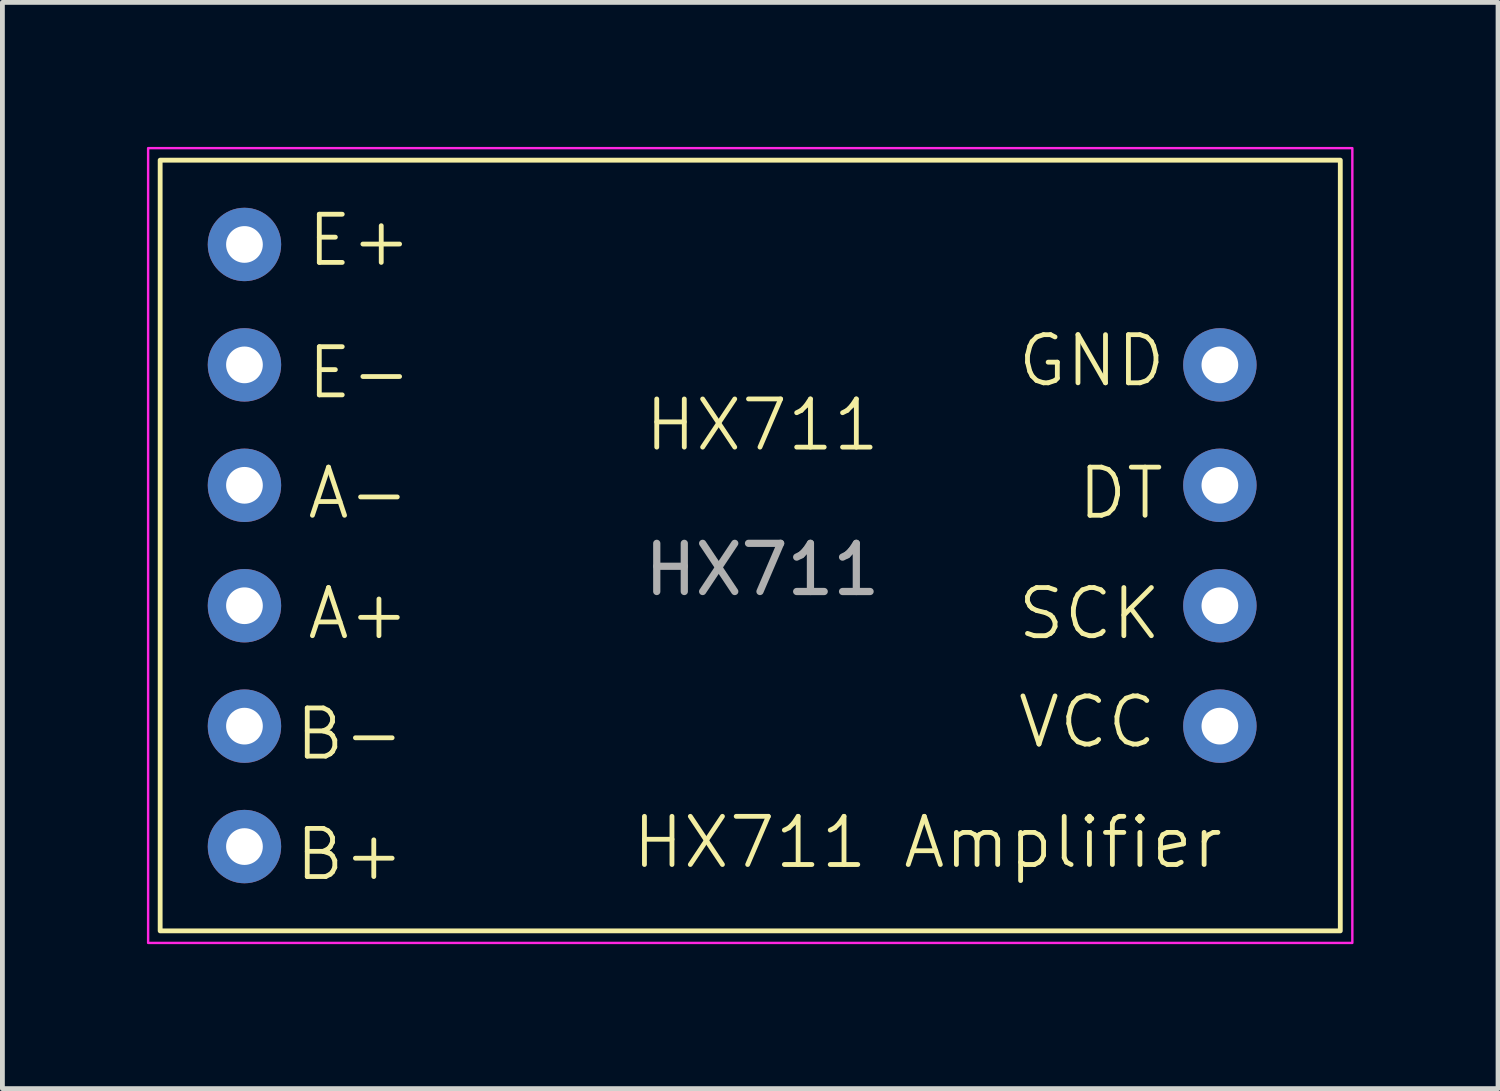
<source format=kicad_pcb>
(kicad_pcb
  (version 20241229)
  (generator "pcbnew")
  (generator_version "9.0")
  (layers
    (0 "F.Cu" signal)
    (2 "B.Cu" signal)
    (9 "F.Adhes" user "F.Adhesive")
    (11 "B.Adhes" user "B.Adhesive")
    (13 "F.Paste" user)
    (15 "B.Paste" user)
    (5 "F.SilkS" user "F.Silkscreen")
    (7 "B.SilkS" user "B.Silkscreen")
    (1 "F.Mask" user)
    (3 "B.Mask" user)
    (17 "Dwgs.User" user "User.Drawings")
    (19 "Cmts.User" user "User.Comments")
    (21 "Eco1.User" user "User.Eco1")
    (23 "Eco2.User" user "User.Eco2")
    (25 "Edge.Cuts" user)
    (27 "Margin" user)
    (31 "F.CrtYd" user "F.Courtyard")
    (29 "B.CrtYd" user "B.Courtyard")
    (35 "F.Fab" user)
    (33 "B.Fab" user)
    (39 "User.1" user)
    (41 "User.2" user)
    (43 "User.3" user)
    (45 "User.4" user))
  (footprint "HX711"
    (layer "F.Cu")
    (at 12.775 6.275)
    (property "Reference" "HX711" (at 0 -0.5 0) (unlocked yes) (layer "F.SilkS") (effects (font (size 1 1) (thickness 0.1))))
    (attr through_hole)
    (fp_rect (start -12.5 -6) (end 12 10) (stroke (width 0.1) (type default)) (fill no) (layer "F.SilkS"))
    (fp_rect (start -12.75 -6.25) (end 12.25 10.25) (stroke (width 0.05) (type default)) (fill no) (layer "F.CrtYd"))
    (fp_text user "B+" (at -9.75 9 0) (unlocked yes) (layer "F.SilkS") (effects (font (size 1 1) (thickness 0.1)) (justify left bottom)))
    (fp_text user "SCK" (at 5.25 4 0) (unlocked yes) (layer "F.SilkS") (effects (font (size 1 1) (thickness 0.1)) (justify left bottom)))
    (fp_text user "E-" (at -9.5 -1 0) (unlocked yes) (layer "F.SilkS") (effects (font (size 1 1) (thickness 0.1)) (justify left bottom)))
    (fp_text user "A-" (at -9.5 1.5 0) (unlocked yes) (layer "F.SilkS") (effects (font (size 1 1) (thickness 0.1)) (justify left bottom)))
    (fp_text user "VCC" (at 5.25 6.25 0) (unlocked yes) (layer "F.SilkS") (effects (font (size 1 1) (thickness 0.1)) (justify left bottom)))
    (fp_text user "DT" (at 6.5 1.5 0) (unlocked yes) (layer "F.SilkS") (effects (font (size 1 1) (thickness 0.1)) (justify left bottom)))
    (fp_text user "HX711 Amplifier" (at -2.75 8.75 0) (unlocked yes) (layer "F.SilkS") (effects (font (size 1 1) (thickness 0.1)) (justify left bottom)))
    (fp_text user "E+" (at -9.5 -3.75 0) (unlocked yes) (layer "F.SilkS") (effects (font (size 1 1) (thickness 0.1)) (justify left bottom)))
    (fp_text user "GND" (at 5.25 -1.25 0) (unlocked yes) (layer "F.SilkS") (effects (font (size 1 1) (thickness 0.1)) (justify left bottom)))
    (fp_text user "B-" (at -9.75 6.5 0) (unlocked yes) (layer "F.SilkS") (effects (font (size 1 1) (thickness 0.1)) (justify left bottom)))
    (fp_text user "A+" (at -9.5 4 0) (unlocked yes) (layer "F.SilkS") (effects (font (size 1 1) (thickness 0.1)) (justify left bottom)))
    (fp_text user "${REFERENCE}" (at 0 2.5 0) (unlocked yes) (layer "F.Fab") (effects (font (size 1 1) (thickness 0.15))))
    (pad "A+" thru_hole circle (at -10.75 3.25) (size 1.524 1.524) (drill 0.762) (layers "*.Cu" "*.Mask"))
    (pad "A-" thru_hole circle (at -10.75 0.75) (size 1.524 1.524) (drill 0.762) (layers "*.Cu" "*.Mask"))
    (pad "B+" thru_hole circle (at -10.75 8.25) (size 1.524 1.524) (drill 0.762) (layers "*.Cu" "*.Mask"))
    (pad "B-" thru_hole circle (at -10.75 5.75) (size 1.524 1.524) (drill 0.762) (layers "*.Cu" "*.Mask"))
    (pad "DT" thru_hole circle (at 9.5 0.75) (size 1.524 1.524) (drill 0.762) (layers "*.Cu" "*.Mask"))
    (pad "E+" thru_hole circle (at -10.75 -4.25) (size 1.524 1.524) (drill 0.762) (layers "*.Cu" "*.Mask"))
    (pad "E-" thru_hole circle (at -10.75 -1.75) (size 1.524 1.524) (drill 0.762) (layers "*.Cu" "*.Mask"))
    (pad "GND" thru_hole circle (at 9.5 -1.75) (size 1.524 1.524) (drill 0.762) (layers "*.Cu" "*.Mask"))
    (pad "SCK" thru_hole circle (at 9.5 3.25) (size 1.524 1.524) (drill 0.762) (layers "*.Cu" "*.Mask"))
    (pad "VCC" thru_hole circle (at 9.5 5.75) (size 1.524 1.524) (drill 0.762) (layers "*.Cu" "*.Mask")))
  (gr_rect
    (start -3 -3)
    (end 28.05 19.55)
    (stroke (width 0.1) (type default))
    (fill no)
    (layer "Edge.Cuts")))
</source>
